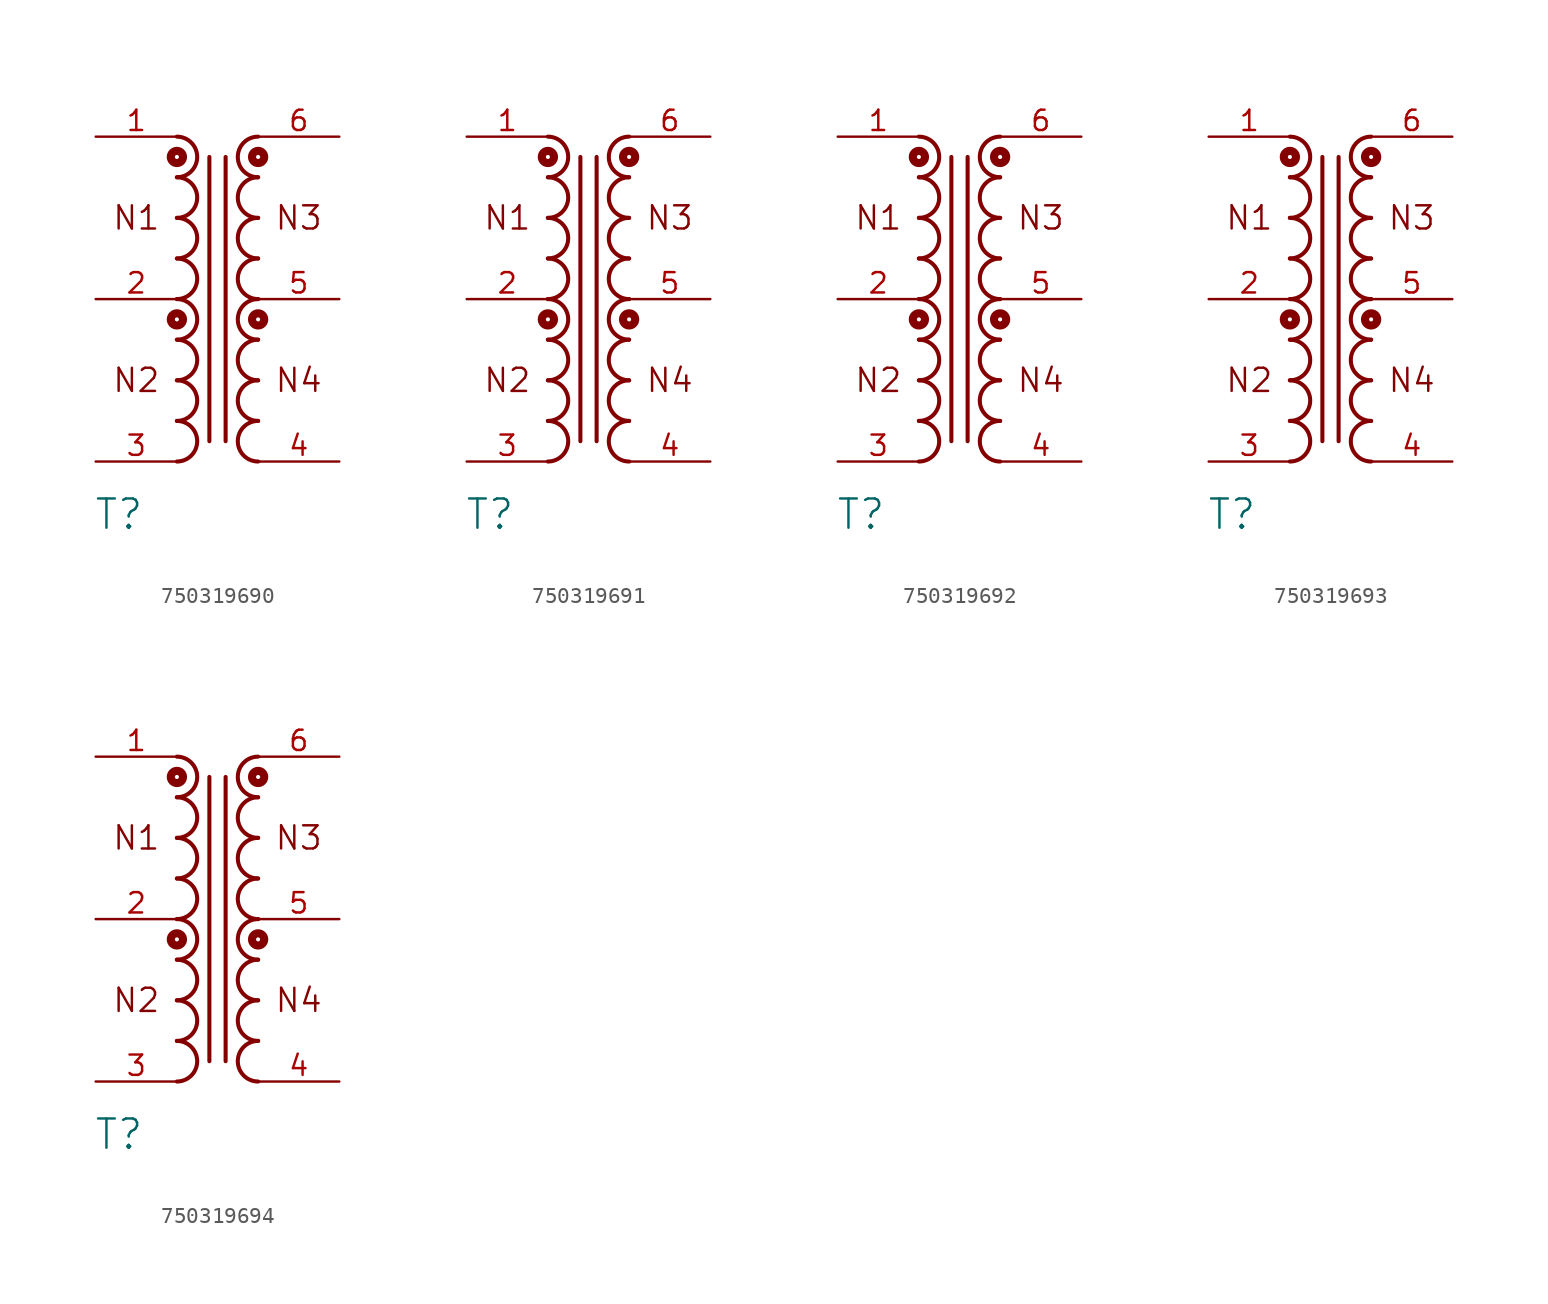
<source format=kicad_sym>
(kicad_symbol_lib
  (version 20231120)
  (generator "kicad_symbol_editor")
  (generator_version "8.0")
  (symbol "750319690"
    (property "Reference" "T"
      (at 1.457 -23.622 0)
      (effects (font (size 1.829 1.829))))
    (symbol "750319690_1_0"
      (polyline (pts (xy 7.112 -1.27) (xy 7.112 -19.05)) (stroke (width 0.254) (type solid)) (fill (type none)))
      (polyline (pts (xy 8.128 -1.27) (xy 8.128 -19.05)) (stroke (width 0.254) (type solid)) (fill (type none)))
      (arc (start 5.08 -20.32) (mid 6.35 -19.05) (end 5.08 -17.78) (stroke (width 0.254) (type solid)) (fill (type none)))
      (arc (start 5.08 -17.78) (mid 6.35 -16.51) (end 5.08 -15.24) (stroke (width 0.254) (type solid)) (fill (type none)))
      (arc (start 5.08 -15.24) (mid 6.35 -13.97) (end 5.08 -12.7) (stroke (width 0.254) (type solid)) (fill (type none)))
      (arc (start 5.08 -12.7) (mid 6.35 -11.43) (end 5.08 -10.16) (stroke (width 0.254) (type solid)) (fill (type none)))
      (circle (center 5.08 -11.43) (radius 0.127) (stroke (width 0.508) (type solid)) (fill (type none)))
      (arc (start 5.08 -10.16) (mid 6.35 -8.89) (end 5.08 -7.62) (stroke (width 0.254) (type solid)) (fill (type none)))
      (arc (start 5.08 -7.62) (mid 6.35 -6.35) (end 5.08 -5.08) (stroke (width 0.254) (type solid)) (fill (type none)))
      (arc (start 5.08 -5.08) (mid 6.35 -3.81) (end 5.08 -2.54) (stroke (width 0.254) (type solid)) (fill (type none)))
      (arc (start 5.08 -2.54) (mid 6.35 -1.27) (end 5.08 0) (stroke (width 0.254) (type solid)) (fill (type none)))
      (circle (center 5.08 -1.27) (radius 0.127) (stroke (width 0.508) (type solid)) (fill (type none)))
      (arc (start 10.16 -17.78) (mid 8.89 -19.05) (end 10.16 -20.32) (stroke (width 0.254) (type solid)) (fill (type none)))
      (arc (start 10.16 -15.24) (mid 8.89 -16.51) (end 10.16 -17.78) (stroke (width 0.254) (type solid)) (fill (type none)))
      (arc (start 10.16 -12.7) (mid 8.89 -13.97) (end 10.16 -15.24) (stroke (width 0.254) (type solid)) (fill (type none)))
      (circle (center 10.16 -11.43) (radius 0.127) (stroke (width 0.508) (type solid)) (fill (type none)))
      (arc (start 10.16 -10.16) (mid 8.89 -11.43) (end 10.16 -12.7) (stroke (width 0.254) (type solid)) (fill (type none)))
      (arc (start 10.16 -7.62) (mid 8.89 -8.89) (end 10.16 -10.16) (stroke (width 0.254) (type solid)) (fill (type none)))
      (arc (start 10.16 -5.08) (mid 8.89 -6.35) (end 10.16 -7.62) (stroke (width 0.254) (type solid)) (fill (type none)))
      (arc (start 10.16 -2.54) (mid 8.89 -3.81) (end 10.16 -5.08) (stroke (width 0.254) (type solid)) (fill (type none)))
      (circle (center 10.16 -1.27) (radius 0.127) (stroke (width 0.508) (type solid)) (fill (type none)))
      (arc (start 10.16 0) (mid 8.89 -1.27) (end 10.16 -2.54) (stroke (width 0.254) (type solid)) (fill (type none)))
      (text "N1" (at 2.54 -5.08 0) (effects (font (size 1.448 1.448))))
      (text "N2" (at 2.54 -15.24 0) (effects (font (size 1.448 1.448))))
      (text "N3" (at 12.7 -5.08 0) (effects (font (size 1.448 1.448))))
      (text "N4" (at 12.7 -15.24 0) (effects (font (size 1.448 1.448))))
      (pin passive line (at 0 0 0) (length 5.08) (name "1" (effects (font (size 0 0)))) (number "1" (effects (font (size 1.27 1.27)))))
      (pin passive line (at 0 -10.16 0) (length 5.08) (name "2" (effects (font (size 0 0)))) (number "2" (effects (font (size 1.27 1.27)))))
      (pin passive line (at 0 -20.32 0) (length 5.08) (name "3" (effects (font (size 0 0)))) (number "3" (effects (font (size 1.27 1.27)))))
      (pin passive line (at 15.24 -20.32 180) (length 5.08) (name "4" (effects (font (size 0 0)))) (number "4" (effects (font (size 1.27 1.27)))))
      (pin passive line (at 15.24 -10.16 180) (length 5.08) (name "5" (effects (font (size 0 0)))) (number "5" (effects (font (size 1.27 1.27)))))
      (pin passive line (at 15.24 0 180) (length 5.08) (name "6" (effects (font (size 0 0)))) (number "6" (effects (font (size 1.27 1.27)))))))
  (symbol "750319691"
    (property "Reference" "T"
      (at 1.457 -23.622 0)
      (effects (font (size 1.829 1.829))))
    (symbol "750319691_1_0"
      (polyline (pts (xy 7.112 -1.27) (xy 7.112 -19.05)) (stroke (width 0.254) (type solid)) (fill (type none)))
      (polyline (pts (xy 8.128 -1.27) (xy 8.128 -19.05)) (stroke (width 0.254) (type solid)) (fill (type none)))
      (arc (start 5.08 -20.32) (mid 6.35 -19.05) (end 5.08 -17.78) (stroke (width 0.254) (type solid)) (fill (type none)))
      (arc (start 5.08 -17.78) (mid 6.35 -16.51) (end 5.08 -15.24) (stroke (width 0.254) (type solid)) (fill (type none)))
      (arc (start 5.08 -15.24) (mid 6.35 -13.97) (end 5.08 -12.7) (stroke (width 0.254) (type solid)) (fill (type none)))
      (arc (start 5.08 -12.7) (mid 6.35 -11.43) (end 5.08 -10.16) (stroke (width 0.254) (type solid)) (fill (type none)))
      (circle (center 5.08 -11.43) (radius 0.127) (stroke (width 0.508) (type solid)) (fill (type none)))
      (arc (start 5.08 -10.16) (mid 6.35 -8.89) (end 5.08 -7.62) (stroke (width 0.254) (type solid)) (fill (type none)))
      (arc (start 5.08 -7.62) (mid 6.35 -6.35) (end 5.08 -5.08) (stroke (width 0.254) (type solid)) (fill (type none)))
      (arc (start 5.08 -5.08) (mid 6.35 -3.81) (end 5.08 -2.54) (stroke (width 0.254) (type solid)) (fill (type none)))
      (arc (start 5.08 -2.54) (mid 6.35 -1.27) (end 5.08 0) (stroke (width 0.254) (type solid)) (fill (type none)))
      (circle (center 5.08 -1.27) (radius 0.127) (stroke (width 0.508) (type solid)) (fill (type none)))
      (arc (start 10.16 -17.78) (mid 8.89 -19.05) (end 10.16 -20.32) (stroke (width 0.254) (type solid)) (fill (type none)))
      (arc (start 10.16 -15.24) (mid 8.89 -16.51) (end 10.16 -17.78) (stroke (width 0.254) (type solid)) (fill (type none)))
      (arc (start 10.16 -12.7) (mid 8.89 -13.97) (end 10.16 -15.24) (stroke (width 0.254) (type solid)) (fill (type none)))
      (circle (center 10.16 -11.43) (radius 0.127) (stroke (width 0.508) (type solid)) (fill (type none)))
      (arc (start 10.16 -10.16) (mid 8.89 -11.43) (end 10.16 -12.7) (stroke (width 0.254) (type solid)) (fill (type none)))
      (arc (start 10.16 -7.62) (mid 8.89 -8.89) (end 10.16 -10.16) (stroke (width 0.254) (type solid)) (fill (type none)))
      (arc (start 10.16 -5.08) (mid 8.89 -6.35) (end 10.16 -7.62) (stroke (width 0.254) (type solid)) (fill (type none)))
      (arc (start 10.16 -2.54) (mid 8.89 -3.81) (end 10.16 -5.08) (stroke (width 0.254) (type solid)) (fill (type none)))
      (circle (center 10.16 -1.27) (radius 0.127) (stroke (width 0.508) (type solid)) (fill (type none)))
      (arc (start 10.16 0) (mid 8.89 -1.27) (end 10.16 -2.54) (stroke (width 0.254) (type solid)) (fill (type none)))
      (text "N1" (at 2.54 -5.08 0) (effects (font (size 1.448 1.448))))
      (text "N2" (at 2.54 -15.24 0) (effects (font (size 1.448 1.448))))
      (text "N3" (at 12.7 -5.08 0) (effects (font (size 1.448 1.448))))
      (text "N4" (at 12.7 -15.24 0) (effects (font (size 1.448 1.448))))
      (pin passive line (at 0 0 0) (length 5.08) (name "1" (effects (font (size 0 0)))) (number "1" (effects (font (size 1.27 1.27)))))
      (pin passive line (at 0 -10.16 0) (length 5.08) (name "2" (effects (font (size 0 0)))) (number "2" (effects (font (size 1.27 1.27)))))
      (pin passive line (at 0 -20.32 0) (length 5.08) (name "3" (effects (font (size 0 0)))) (number "3" (effects (font (size 1.27 1.27)))))
      (pin passive line (at 15.24 -20.32 180) (length 5.08) (name "4" (effects (font (size 0 0)))) (number "4" (effects (font (size 1.27 1.27)))))
      (pin passive line (at 15.24 -10.16 180) (length 5.08) (name "5" (effects (font (size 0 0)))) (number "5" (effects (font (size 1.27 1.27)))))
      (pin passive line (at 15.24 0 180) (length 5.08) (name "6" (effects (font (size 0 0)))) (number "6" (effects (font (size 1.27 1.27)))))))
  (symbol "750319692"
    (property "Reference" "T"
      (at 1.457 -23.622 0)
      (effects (font (size 1.829 1.829))))
    (symbol "750319692_1_0"
      (polyline (pts (xy 7.112 -1.27) (xy 7.112 -19.05)) (stroke (width 0.254) (type solid)) (fill (type none)))
      (polyline (pts (xy 8.128 -1.27) (xy 8.128 -19.05)) (stroke (width 0.254) (type solid)) (fill (type none)))
      (arc (start 5.08 -20.32) (mid 6.35 -19.05) (end 5.08 -17.78) (stroke (width 0.254) (type solid)) (fill (type none)))
      (arc (start 5.08 -17.78) (mid 6.35 -16.51) (end 5.08 -15.24) (stroke (width 0.254) (type solid)) (fill (type none)))
      (arc (start 5.08 -15.24) (mid 6.35 -13.97) (end 5.08 -12.7) (stroke (width 0.254) (type solid)) (fill (type none)))
      (arc (start 5.08 -12.7) (mid 6.35 -11.43) (end 5.08 -10.16) (stroke (width 0.254) (type solid)) (fill (type none)))
      (circle (center 5.08 -11.43) (radius 0.127) (stroke (width 0.508) (type solid)) (fill (type none)))
      (arc (start 5.08 -10.16) (mid 6.35 -8.89) (end 5.08 -7.62) (stroke (width 0.254) (type solid)) (fill (type none)))
      (arc (start 5.08 -7.62) (mid 6.35 -6.35) (end 5.08 -5.08) (stroke (width 0.254) (type solid)) (fill (type none)))
      (arc (start 5.08 -5.08) (mid 6.35 -3.81) (end 5.08 -2.54) (stroke (width 0.254) (type solid)) (fill (type none)))
      (arc (start 5.08 -2.54) (mid 6.35 -1.27) (end 5.08 0) (stroke (width 0.254) (type solid)) (fill (type none)))
      (circle (center 5.08 -1.27) (radius 0.127) (stroke (width 0.508) (type solid)) (fill (type none)))
      (arc (start 10.16 -17.78) (mid 8.89 -19.05) (end 10.16 -20.32) (stroke (width 0.254) (type solid)) (fill (type none)))
      (arc (start 10.16 -15.24) (mid 8.89 -16.51) (end 10.16 -17.78) (stroke (width 0.254) (type solid)) (fill (type none)))
      (arc (start 10.16 -12.7) (mid 8.89 -13.97) (end 10.16 -15.24) (stroke (width 0.254) (type solid)) (fill (type none)))
      (circle (center 10.16 -11.43) (radius 0.127) (stroke (width 0.508) (type solid)) (fill (type none)))
      (arc (start 10.16 -10.16) (mid 8.89 -11.43) (end 10.16 -12.7) (stroke (width 0.254) (type solid)) (fill (type none)))
      (arc (start 10.16 -7.62) (mid 8.89 -8.89) (end 10.16 -10.16) (stroke (width 0.254) (type solid)) (fill (type none)))
      (arc (start 10.16 -5.08) (mid 8.89 -6.35) (end 10.16 -7.62) (stroke (width 0.254) (type solid)) (fill (type none)))
      (arc (start 10.16 -2.54) (mid 8.89 -3.81) (end 10.16 -5.08) (stroke (width 0.254) (type solid)) (fill (type none)))
      (circle (center 10.16 -1.27) (radius 0.127) (stroke (width 0.508) (type solid)) (fill (type none)))
      (arc (start 10.16 0) (mid 8.89 -1.27) (end 10.16 -2.54) (stroke (width 0.254) (type solid)) (fill (type none)))
      (text "N1" (at 2.54 -5.08 0) (effects (font (size 1.448 1.448))))
      (text "N2" (at 2.54 -15.24 0) (effects (font (size 1.448 1.448))))
      (text "N3" (at 12.7 -5.08 0) (effects (font (size 1.448 1.448))))
      (text "N4" (at 12.7 -15.24 0) (effects (font (size 1.448 1.448))))
      (pin passive line (at 0 0 0) (length 5.08) (name "1" (effects (font (size 0 0)))) (number "1" (effects (font (size 1.27 1.27)))))
      (pin passive line (at 0 -10.16 0) (length 5.08) (name "2" (effects (font (size 0 0)))) (number "2" (effects (font (size 1.27 1.27)))))
      (pin passive line (at 0 -20.32 0) (length 5.08) (name "3" (effects (font (size 0 0)))) (number "3" (effects (font (size 1.27 1.27)))))
      (pin passive line (at 15.24 -20.32 180) (length 5.08) (name "4" (effects (font (size 0 0)))) (number "4" (effects (font (size 1.27 1.27)))))
      (pin passive line (at 15.24 -10.16 180) (length 5.08) (name "5" (effects (font (size 0 0)))) (number "5" (effects (font (size 1.27 1.27)))))
      (pin passive line (at 15.24 0 180) (length 5.08) (name "6" (effects (font (size 0 0)))) (number "6" (effects (font (size 1.27 1.27)))))))
  (symbol "750319693"
    (property "Reference" "T"
      (at 1.457 -23.622 0)
      (effects (font (size 1.829 1.829))))
    (symbol "750319693_1_0"
      (polyline (pts (xy 7.112 -1.27) (xy 7.112 -19.05)) (stroke (width 0.254) (type solid)) (fill (type none)))
      (polyline (pts (xy 8.128 -1.27) (xy 8.128 -19.05)) (stroke (width 0.254) (type solid)) (fill (type none)))
      (arc (start 5.08 -20.32) (mid 6.35 -19.05) (end 5.08 -17.78) (stroke (width 0.254) (type solid)) (fill (type none)))
      (arc (start 5.08 -17.78) (mid 6.35 -16.51) (end 5.08 -15.24) (stroke (width 0.254) (type solid)) (fill (type none)))
      (arc (start 5.08 -15.24) (mid 6.35 -13.97) (end 5.08 -12.7) (stroke (width 0.254) (type solid)) (fill (type none)))
      (arc (start 5.08 -12.7) (mid 6.35 -11.43) (end 5.08 -10.16) (stroke (width 0.254) (type solid)) (fill (type none)))
      (circle (center 5.08 -11.43) (radius 0.127) (stroke (width 0.508) (type solid)) (fill (type none)))
      (arc (start 5.08 -10.16) (mid 6.35 -8.89) (end 5.08 -7.62) (stroke (width 0.254) (type solid)) (fill (type none)))
      (arc (start 5.08 -7.62) (mid 6.35 -6.35) (end 5.08 -5.08) (stroke (width 0.254) (type solid)) (fill (type none)))
      (arc (start 5.08 -5.08) (mid 6.35 -3.81) (end 5.08 -2.54) (stroke (width 0.254) (type solid)) (fill (type none)))
      (arc (start 5.08 -2.54) (mid 6.35 -1.27) (end 5.08 0) (stroke (width 0.254) (type solid)) (fill (type none)))
      (circle (center 5.08 -1.27) (radius 0.127) (stroke (width 0.508) (type solid)) (fill (type none)))
      (arc (start 10.16 -17.78) (mid 8.89 -19.05) (end 10.16 -20.32) (stroke (width 0.254) (type solid)) (fill (type none)))
      (arc (start 10.16 -15.24) (mid 8.89 -16.51) (end 10.16 -17.78) (stroke (width 0.254) (type solid)) (fill (type none)))
      (arc (start 10.16 -12.7) (mid 8.89 -13.97) (end 10.16 -15.24) (stroke (width 0.254) (type solid)) (fill (type none)))
      (circle (center 10.16 -11.43) (radius 0.127) (stroke (width 0.508) (type solid)) (fill (type none)))
      (arc (start 10.16 -10.16) (mid 8.89 -11.43) (end 10.16 -12.7) (stroke (width 0.254) (type solid)) (fill (type none)))
      (arc (start 10.16 -7.62) (mid 8.89 -8.89) (end 10.16 -10.16) (stroke (width 0.254) (type solid)) (fill (type none)))
      (arc (start 10.16 -5.08) (mid 8.89 -6.35) (end 10.16 -7.62) (stroke (width 0.254) (type solid)) (fill (type none)))
      (arc (start 10.16 -2.54) (mid 8.89 -3.81) (end 10.16 -5.08) (stroke (width 0.254) (type solid)) (fill (type none)))
      (circle (center 10.16 -1.27) (radius 0.127) (stroke (width 0.508) (type solid)) (fill (type none)))
      (arc (start 10.16 0) (mid 8.89 -1.27) (end 10.16 -2.54) (stroke (width 0.254) (type solid)) (fill (type none)))
      (text "N1" (at 2.54 -5.08 0) (effects (font (size 1.448 1.448))))
      (text "N2" (at 2.54 -15.24 0) (effects (font (size 1.448 1.448))))
      (text "N3" (at 12.7 -5.08 0) (effects (font (size 1.448 1.448))))
      (text "N4" (at 12.7 -15.24 0) (effects (font (size 1.448 1.448))))
      (pin passive line (at 0 0 0) (length 5.08) (name "1" (effects (font (size 0 0)))) (number "1" (effects (font (size 1.27 1.27)))))
      (pin passive line (at 0 -10.16 0) (length 5.08) (name "2" (effects (font (size 0 0)))) (number "2" (effects (font (size 1.27 1.27)))))
      (pin passive line (at 0 -20.32 0) (length 5.08) (name "3" (effects (font (size 0 0)))) (number "3" (effects (font (size 1.27 1.27)))))
      (pin passive line (at 15.24 -20.32 180) (length 5.08) (name "4" (effects (font (size 0 0)))) (number "4" (effects (font (size 1.27 1.27)))))
      (pin passive line (at 15.24 -10.16 180) (length 5.08) (name "5" (effects (font (size 0 0)))) (number "5" (effects (font (size 1.27 1.27)))))
      (pin passive line (at 15.24 0 180) (length 5.08) (name "6" (effects (font (size 0 0)))) (number "6" (effects (font (size 1.27 1.27)))))))
  (symbol "750319694"
    (property "Reference" "T"
      (at 1.457 -23.622 0)
      (effects (font (size 1.829 1.829))))
    (symbol "750319694_1_0"
      (polyline (pts (xy 7.112 -1.27) (xy 7.112 -19.05)) (stroke (width 0.254) (type solid)) (fill (type none)))
      (polyline (pts (xy 8.128 -1.27) (xy 8.128 -19.05)) (stroke (width 0.254) (type solid)) (fill (type none)))
      (arc (start 5.08 -20.32) (mid 6.35 -19.05) (end 5.08 -17.78) (stroke (width 0.254) (type solid)) (fill (type none)))
      (arc (start 5.08 -17.78) (mid 6.35 -16.51) (end 5.08 -15.24) (stroke (width 0.254) (type solid)) (fill (type none)))
      (arc (start 5.08 -15.24) (mid 6.35 -13.97) (end 5.08 -12.7) (stroke (width 0.254) (type solid)) (fill (type none)))
      (arc (start 5.08 -12.7) (mid 6.35 -11.43) (end 5.08 -10.16) (stroke (width 0.254) (type solid)) (fill (type none)))
      (circle (center 5.08 -11.43) (radius 0.127) (stroke (width 0.508) (type solid)) (fill (type none)))
      (arc (start 5.08 -10.16) (mid 6.35 -8.89) (end 5.08 -7.62) (stroke (width 0.254) (type solid)) (fill (type none)))
      (arc (start 5.08 -7.62) (mid 6.35 -6.35) (end 5.08 -5.08) (stroke (width 0.254) (type solid)) (fill (type none)))
      (arc (start 5.08 -5.08) (mid 6.35 -3.81) (end 5.08 -2.54) (stroke (width 0.254) (type solid)) (fill (type none)))
      (arc (start 5.08 -2.54) (mid 6.35 -1.27) (end 5.08 0) (stroke (width 0.254) (type solid)) (fill (type none)))
      (circle (center 5.08 -1.27) (radius 0.127) (stroke (width 0.508) (type solid)) (fill (type none)))
      (arc (start 10.16 -17.78) (mid 8.89 -19.05) (end 10.16 -20.32) (stroke (width 0.254) (type solid)) (fill (type none)))
      (arc (start 10.16 -15.24) (mid 8.89 -16.51) (end 10.16 -17.78) (stroke (width 0.254) (type solid)) (fill (type none)))
      (arc (start 10.16 -12.7) (mid 8.89 -13.97) (end 10.16 -15.24) (stroke (width 0.254) (type solid)) (fill (type none)))
      (circle (center 10.16 -11.43) (radius 0.127) (stroke (width 0.508) (type solid)) (fill (type none)))
      (arc (start 10.16 -10.16) (mid 8.89 -11.43) (end 10.16 -12.7) (stroke (width 0.254) (type solid)) (fill (type none)))
      (arc (start 10.16 -7.62) (mid 8.89 -8.89) (end 10.16 -10.16) (stroke (width 0.254) (type solid)) (fill (type none)))
      (arc (start 10.16 -5.08) (mid 8.89 -6.35) (end 10.16 -7.62) (stroke (width 0.254) (type solid)) (fill (type none)))
      (arc (start 10.16 -2.54) (mid 8.89 -3.81) (end 10.16 -5.08) (stroke (width 0.254) (type solid)) (fill (type none)))
      (circle (center 10.16 -1.27) (radius 0.127) (stroke (width 0.508) (type solid)) (fill (type none)))
      (arc (start 10.16 0) (mid 8.89 -1.27) (end 10.16 -2.54) (stroke (width 0.254) (type solid)) (fill (type none)))
      (text "N1" (at 2.54 -5.08 0) (effects (font (size 1.448 1.448))))
      (text "N2" (at 2.54 -15.24 0) (effects (font (size 1.448 1.448))))
      (text "N3" (at 12.7 -5.08 0) (effects (font (size 1.448 1.448))))
      (text "N4" (at 12.7 -15.24 0) (effects (font (size 1.448 1.448))))
      (pin passive line (at 0 0 0) (length 5.08) (name "1" (effects (font (size 0 0)))) (number "1" (effects (font (size 1.27 1.27)))))
      (pin passive line (at 0 -10.16 0) (length 5.08) (name "2" (effects (font (size 0 0)))) (number "2" (effects (font (size 1.27 1.27)))))
      (pin passive line (at 0 -20.32 0) (length 5.08) (name "3" (effects (font (size 0 0)))) (number "3" (effects (font (size 1.27 1.27)))))
      (pin passive line (at 15.24 -20.32 180) (length 5.08) (name "4" (effects (font (size 0 0)))) (number "4" (effects (font (size 1.27 1.27)))))
      (pin passive line (at 15.24 -10.16 180) (length 5.08) (name "5" (effects (font (size 0 0)))) (number "5" (effects (font (size 1.27 1.27)))))
      (pin passive line (at 15.24 0 180) (length 5.08) (name "6" (effects (font (size 0 0)))) (number "6" (effects (font (size 1.27 1.27))))))))
</source>
